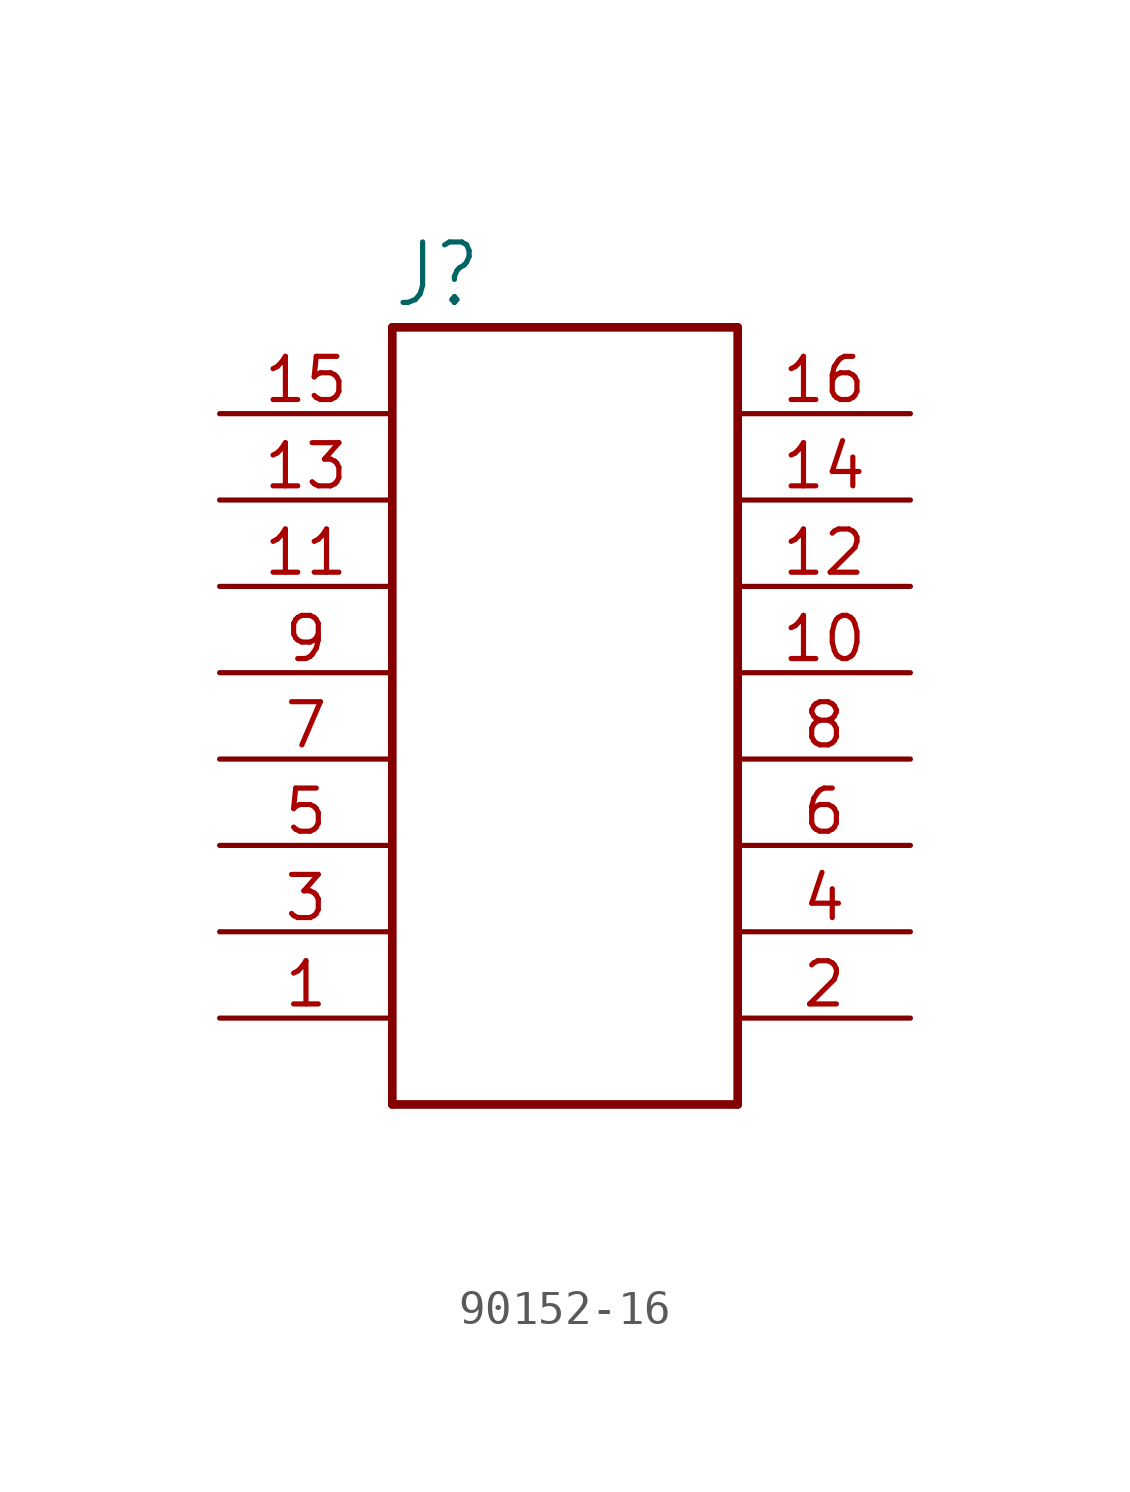
<source format=kicad_sym>
(kicad_symbol_lib
  (version 20231120)
  (generator "kicad_symbol_editor")
  (generator_version "8.0")
  (symbol "90152-16"
    (property "Reference" "J"
      (at -5.08 13.208 0)
      (effects (font (size 1.778 1.511)) (justify left bottom)))
    (property "Value" ""
      (at -4.826 -12.446 0)
      (effects (font (size 1.778 1.511)) (justify left bottom)))
    (property "ki_locked" ""
      (at 0 0 0)
      (effects (font (size 1.27 1.27))))
    (symbol "90152-16_1_0"
      (polyline (pts (xy -5.08 -10.16) (xy 5.08 -10.16)) (stroke (width 0.254) (type solid)) (fill (type none)))
      (polyline (pts (xy -5.08 12.7) (xy -5.08 -10.16)) (stroke (width 0.254) (type solid)) (fill (type none)))
      (polyline (pts (xy 5.08 -10.16) (xy 5.08 12.7)) (stroke (width 0.254) (type solid)) (fill (type none)))
      (polyline (pts (xy 5.08 12.7) (xy -5.08 12.7)) (stroke (width 0.254) (type solid)) (fill (type none)))
      (pin bidirectional line (at -10.16 -7.62 0) (length 5.08) (name "1" (effects (font (size 0 0)))) (number "1" (effects (font (size 1.27 1.27)))))
      (pin bidirectional line (at 10.16 2.54 180) (length 5.08) (name "10" (effects (font (size 0 0)))) (number "10" (effects (font (size 1.27 1.27)))))
      (pin bidirectional line (at -10.16 5.08 0) (length 5.08) (name "11" (effects (font (size 0 0)))) (number "11" (effects (font (size 1.27 1.27)))))
      (pin bidirectional line (at 10.16 5.08 180) (length 5.08) (name "12" (effects (font (size 0 0)))) (number "12" (effects (font (size 1.27 1.27)))))
      (pin bidirectional line (at -10.16 7.62 0) (length 5.08) (name "13" (effects (font (size 0 0)))) (number "13" (effects (font (size 1.27 1.27)))))
      (pin bidirectional line (at 10.16 7.62 180) (length 5.08) (name "14" (effects (font (size 0 0)))) (number "14" (effects (font (size 1.27 1.27)))))
      (pin bidirectional line (at -10.16 10.16 0) (length 5.08) (name "15" (effects (font (size 0 0)))) (number "15" (effects (font (size 1.27 1.27)))))
      (pin bidirectional line (at 10.16 10.16 180) (length 5.08) (name "16" (effects (font (size 0 0)))) (number "16" (effects (font (size 1.27 1.27)))))
      (pin bidirectional line (at 10.16 -7.62 180) (length 5.08) (name "2" (effects (font (size 0 0)))) (number "2" (effects (font (size 1.27 1.27)))))
      (pin bidirectional line (at -10.16 -5.08 0) (length 5.08) (name "3" (effects (font (size 0 0)))) (number "3" (effects (font (size 1.27 1.27)))))
      (pin bidirectional line (at 10.16 -5.08 180) (length 5.08) (name "4" (effects (font (size 0 0)))) (number "4" (effects (font (size 1.27 1.27)))))
      (pin bidirectional line (at -10.16 -2.54 0) (length 5.08) (name "5" (effects (font (size 0 0)))) (number "5" (effects (font (size 1.27 1.27)))))
      (pin bidirectional line (at 10.16 -2.54 180) (length 5.08) (name "6" (effects (font (size 0 0)))) (number "6" (effects (font (size 1.27 1.27)))))
      (pin bidirectional line (at -10.16 0 0) (length 5.08) (name "7" (effects (font (size 0 0)))) (number "7" (effects (font (size 1.27 1.27)))))
      (pin bidirectional line (at 10.16 0 180) (length 5.08) (name "8" (effects (font (size 0 0)))) (number "8" (effects (font (size 1.27 1.27)))))
      (pin bidirectional line (at -10.16 2.54 0) (length 5.08) (name "9" (effects (font (size 0 0)))) (number "9" (effects (font (size 1.27 1.27))))))))
</source>
